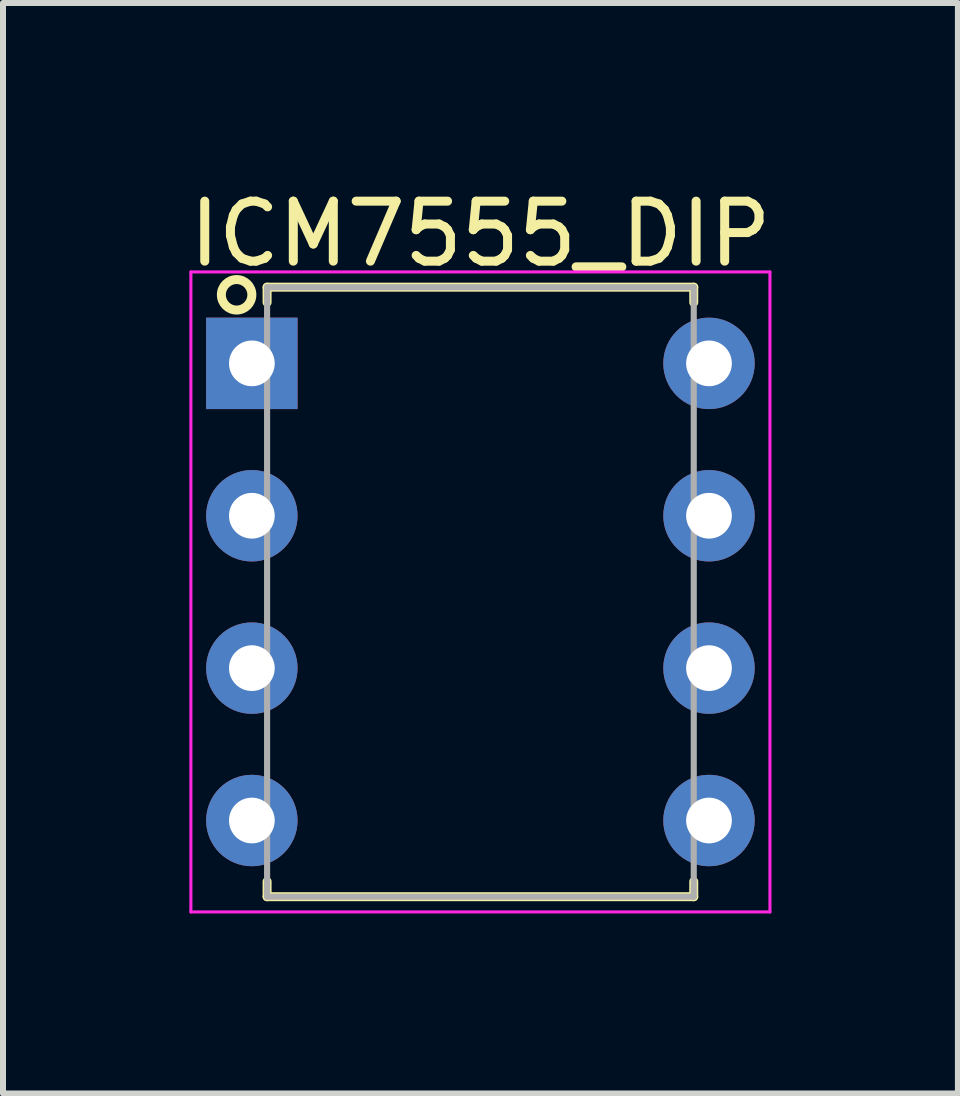
<source format=kicad_pcb>
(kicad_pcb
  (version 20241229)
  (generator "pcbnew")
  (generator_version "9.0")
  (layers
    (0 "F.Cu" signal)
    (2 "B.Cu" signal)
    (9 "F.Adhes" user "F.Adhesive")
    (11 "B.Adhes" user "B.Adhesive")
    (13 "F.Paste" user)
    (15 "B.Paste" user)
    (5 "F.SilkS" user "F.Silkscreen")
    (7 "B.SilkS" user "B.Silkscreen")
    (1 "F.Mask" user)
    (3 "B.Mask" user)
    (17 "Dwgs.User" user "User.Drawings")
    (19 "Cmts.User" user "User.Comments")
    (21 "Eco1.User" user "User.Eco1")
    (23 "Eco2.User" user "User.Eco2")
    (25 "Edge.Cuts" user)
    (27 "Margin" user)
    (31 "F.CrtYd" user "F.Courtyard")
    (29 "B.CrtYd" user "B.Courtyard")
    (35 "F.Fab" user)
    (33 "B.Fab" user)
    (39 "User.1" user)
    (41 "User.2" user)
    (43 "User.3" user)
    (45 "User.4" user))
  (footprint "ICM7555_DIP"
    (layer "F.Cu")
    (at 4.958 6.817)
    (property "Reference" "ICM7555_DIP" (at 0 -5.969 0) (layer "F.SilkS") (effects (font (size 1 1) (thickness 0.15))))
    (attr through_hole)
    (fp_line (start -3.556 -5.08) (end 3.556 -5.08) (stroke (width 0.15) (type solid)) (layer "F.SilkS"))
    (fp_line (start -3.556 -4.826) (end -3.556 -5.08) (stroke (width 0.15) (type solid)) (layer "F.SilkS"))
    (fp_line (start -3.556 4.826) (end -3.556 5.08) (stroke (width 0.15) (type solid)) (layer "F.SilkS"))
    (fp_line (start -3.556 5.08) (end 3.556 5.08) (stroke (width 0.15) (type solid)) (layer "F.SilkS"))
    (fp_line (start 3.556 -5.08) (end 3.556 -4.826) (stroke (width 0.15) (type solid)) (layer "F.SilkS"))
    (fp_line (start 3.556 5.08) (end 3.556 4.826) (stroke (width 0.15) (type solid)) (layer "F.SilkS"))
    (fp_circle (center -4.064 -4.953) (end -4.064 -4.699) (stroke (width 0.15) (type solid)) (fill no) (layer "F.SilkS"))
    (fp_line (start -4.826 -5.334) (end -4.826 5.334) (stroke (width 0.051) (type solid)) (layer "F.CrtYd"))
    (fp_line (start -4.826 -5.334) (end 4.826 -5.334) (stroke (width 0.051) (type solid)) (layer "F.CrtYd"))
    (fp_line (start -4.826 5.334) (end 4.826 5.334) (stroke (width 0.051) (type solid)) (layer "F.CrtYd"))
    (fp_line (start 4.826 -5.334) (end 4.826 5.334) (stroke (width 0.051) (type solid)) (layer "F.CrtYd"))
    (fp_line (start -3.556 -5.08) (end 3.556 -5.08) (stroke (width 0.102) (type solid)) (layer "F.Fab"))
    (fp_line (start -3.556 5.08) (end -3.556 -5.08) (stroke (width 0.102) (type solid)) (layer "F.Fab"))
    (fp_line (start -3.556 5.08) (end 3.556 5.08) (stroke (width 0.102) (type solid)) (layer "F.Fab"))
    (fp_line (start 3.556 -5.08) (end 3.556 5.08) (stroke (width 0.102) (type solid)) (layer "F.Fab"))
    (pad "1" thru_hole rect (at -3.81 -3.81) (size 1.524 1.524) (drill 0.762) (layers "*.Cu" "*.Mask"))
    (pad "2" thru_hole circle (at -3.81 -1.27) (size 1.524 1.524) (drill 0.762) (layers "*.Cu" "*.Mask"))
    (pad "3" thru_hole circle (at -3.81 1.27) (size 1.524 1.524) (drill 0.762) (layers "*.Cu" "*.Mask"))
    (pad "4" thru_hole circle (at -3.81 3.81) (size 1.524 1.524) (drill 0.762) (layers "*.Cu" "*.Mask"))
    (pad "5" thru_hole circle (at 3.81 3.81) (size 1.524 1.524) (drill 0.762) (layers "*.Cu" "*.Mask"))
    (pad "6" thru_hole circle (at 3.81 1.27) (size 1.524 1.524) (drill 0.762) (layers "*.Cu" "*.Mask"))
    (pad "7" thru_hole circle (at 3.81 -1.27) (size 1.524 1.524) (drill 0.762) (layers "*.Cu" "*.Mask"))
    (pad "8" thru_hole circle (at 3.81 -3.81) (size 1.524 1.524) (drill 0.762) (layers "*.Cu" "*.Mask")))
  (gr_rect
    (start -3 -3)
    (end 12.917 15.177)
    (stroke (width 0.1) (type default))
    (fill no)
    (layer "Edge.Cuts")))
</source>
